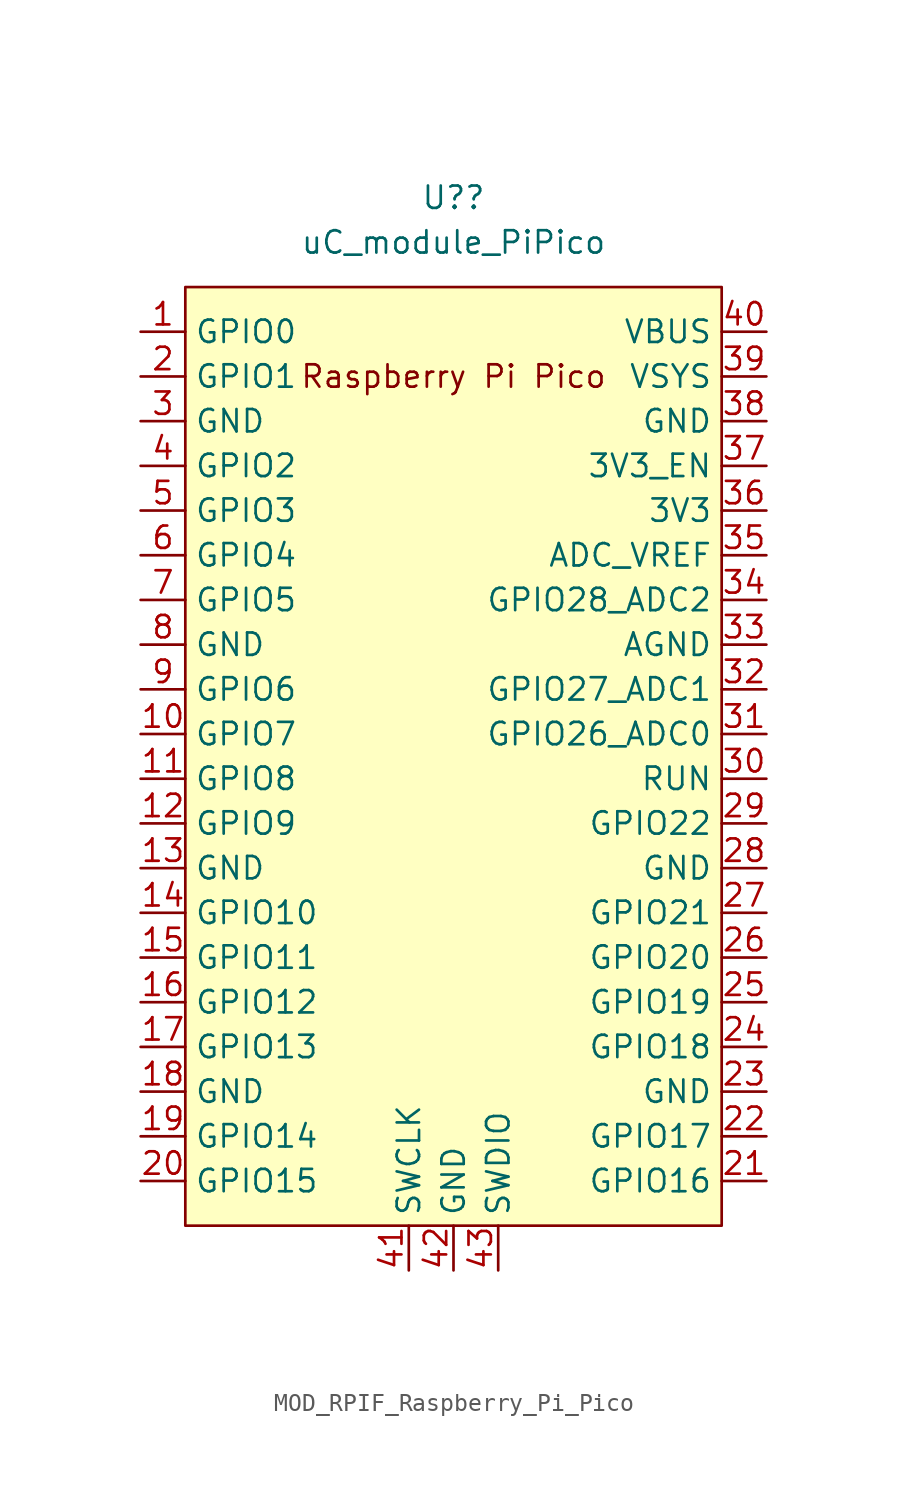
<source format=kicad_sym>
(kicad_symbol_lib
  (version 20231120)
  (generator "kicad_symbol_editor")
  (generator_version "8.0")
  (symbol "MOD_RPIF_Raspberry_Pi_Pico"
    (property "Reference" "U?"
      (at 0 31.75 0)
      (effects (font (size 1.27 1.27))))
    (property "Value" "uC_module_PiPico"
      (at 0 29.21 0)
      (effects (font (size 1.27 1.27))))
    (symbol "MOD_RPIF_Raspberry_Pi_Pico_0_0"
      (text "Raspberry Pi Pico" (at 0 21.59 0) (effects (font (size 1.27 1.27)))))
    (symbol "MOD_RPIF_Raspberry_Pi_Pico_0_1"
      (rectangle (start -15.24 26.67) (end 15.24 -26.67) (stroke (width 0) (type default)) (fill (type background))))
    (symbol "MOD_RPIF_Raspberry_Pi_Pico_1_1"
      (pin bidirectional line (at -17.78 24.13 0) (length 2.54) (name "GPIO0" (effects (font (size 1.27 1.27)))) (number "1" (effects (font (size 1.27 1.27)))))
      (pin bidirectional line (at -17.78 1.27 0) (length 2.54) (name "GPIO7" (effects (font (size 1.27 1.27)))) (number "10" (effects (font (size 1.27 1.27)))))
      (pin bidirectional line (at -17.78 -1.27 0) (length 2.54) (name "GPIO8" (effects (font (size 1.27 1.27)))) (number "11" (effects (font (size 1.27 1.27)))))
      (pin bidirectional line (at -17.78 -3.81 0) (length 2.54) (name "GPIO9" (effects (font (size 1.27 1.27)))) (number "12" (effects (font (size 1.27 1.27)))))
      (pin power_in line (at -17.78 -6.35 0) (length 2.54) (name "GND" (effects (font (size 1.27 1.27)))) (number "13" (effects (font (size 1.27 1.27)))))
      (pin bidirectional line (at -17.78 -8.89 0) (length 2.54) (name "GPIO10" (effects (font (size 1.27 1.27)))) (number "14" (effects (font (size 1.27 1.27)))))
      (pin bidirectional line (at -17.78 -11.43 0) (length 2.54) (name "GPIO11" (effects (font (size 1.27 1.27)))) (number "15" (effects (font (size 1.27 1.27)))))
      (pin bidirectional line (at -17.78 -13.97 0) (length 2.54) (name "GPIO12" (effects (font (size 1.27 1.27)))) (number "16" (effects (font (size 1.27 1.27)))))
      (pin bidirectional line (at -17.78 -16.51 0) (length 2.54) (name "GPIO13" (effects (font (size 1.27 1.27)))) (number "17" (effects (font (size 1.27 1.27)))))
      (pin power_in line (at -17.78 -19.05 0) (length 2.54) (name "GND" (effects (font (size 1.27 1.27)))) (number "18" (effects (font (size 1.27 1.27)))))
      (pin bidirectional line (at -17.78 -21.59 0) (length 2.54) (name "GPIO14" (effects (font (size 1.27 1.27)))) (number "19" (effects (font (size 1.27 1.27)))))
      (pin bidirectional line (at -17.78 21.59 0) (length 2.54) (name "GPIO1" (effects (font (size 1.27 1.27)))) (number "2" (effects (font (size 1.27 1.27)))))
      (pin bidirectional line (at -17.78 -24.13 0) (length 2.54) (name "GPIO15" (effects (font (size 1.27 1.27)))) (number "20" (effects (font (size 1.27 1.27)))))
      (pin bidirectional line (at 17.78 -24.13 180) (length 2.54) (name "GPIO16" (effects (font (size 1.27 1.27)))) (number "21" (effects (font (size 1.27 1.27)))))
      (pin bidirectional line (at 17.78 -21.59 180) (length 2.54) (name "GPIO17" (effects (font (size 1.27 1.27)))) (number "22" (effects (font (size 1.27 1.27)))))
      (pin power_in line (at 17.78 -19.05 180) (length 2.54) (name "GND" (effects (font (size 1.27 1.27)))) (number "23" (effects (font (size 1.27 1.27)))))
      (pin bidirectional line (at 17.78 -16.51 180) (length 2.54) (name "GPIO18" (effects (font (size 1.27 1.27)))) (number "24" (effects (font (size 1.27 1.27)))))
      (pin bidirectional line (at 17.78 -13.97 180) (length 2.54) (name "GPIO19" (effects (font (size 1.27 1.27)))) (number "25" (effects (font (size 1.27 1.27)))))
      (pin bidirectional line (at 17.78 -11.43 180) (length 2.54) (name "GPIO20" (effects (font (size 1.27 1.27)))) (number "26" (effects (font (size 1.27 1.27)))))
      (pin bidirectional line (at 17.78 -8.89 180) (length 2.54) (name "GPIO21" (effects (font (size 1.27 1.27)))) (number "27" (effects (font (size 1.27 1.27)))))
      (pin power_in line (at 17.78 -6.35 180) (length 2.54) (name "GND" (effects (font (size 1.27 1.27)))) (number "28" (effects (font (size 1.27 1.27)))))
      (pin bidirectional line (at 17.78 -3.81 180) (length 2.54) (name "GPIO22" (effects (font (size 1.27 1.27)))) (number "29" (effects (font (size 1.27 1.27)))))
      (pin power_in line (at -17.78 19.05 0) (length 2.54) (name "GND" (effects (font (size 1.27 1.27)))) (number "3" (effects (font (size 1.27 1.27)))))
      (pin input line (at 17.78 -1.27 180) (length 2.54) (name "RUN" (effects (font (size 1.27 1.27)))) (number "30" (effects (font (size 1.27 1.27)))))
      (pin bidirectional line (at 17.78 1.27 180) (length 2.54) (name "GPIO26_ADC0" (effects (font (size 1.27 1.27)))) (number "31" (effects (font (size 1.27 1.27)))))
      (pin bidirectional line (at 17.78 3.81 180) (length 2.54) (name "GPIO27_ADC1" (effects (font (size 1.27 1.27)))) (number "32" (effects (font (size 1.27 1.27)))))
      (pin power_in line (at 17.78 6.35 180) (length 2.54) (name "AGND" (effects (font (size 1.27 1.27)))) (number "33" (effects (font (size 1.27 1.27)))))
      (pin bidirectional line (at 17.78 8.89 180) (length 2.54) (name "GPIO28_ADC2" (effects (font (size 1.27 1.27)))) (number "34" (effects (font (size 1.27 1.27)))))
      (pin power_in line (at 17.78 11.43 180) (length 2.54) (name "ADC_VREF" (effects (font (size 1.27 1.27)))) (number "35" (effects (font (size 1.27 1.27)))))
      (pin power_in line (at 17.78 13.97 180) (length 2.54) (name "3V3" (effects (font (size 1.27 1.27)))) (number "36" (effects (font (size 1.27 1.27)))))
      (pin input line (at 17.78 16.51 180) (length 2.54) (name "3V3_EN" (effects (font (size 1.27 1.27)))) (number "37" (effects (font (size 1.27 1.27)))))
      (pin bidirectional line (at 17.78 19.05 180) (length 2.54) (name "GND" (effects (font (size 1.27 1.27)))) (number "38" (effects (font (size 1.27 1.27)))))
      (pin power_in line (at 17.78 21.59 180) (length 2.54) (name "VSYS" (effects (font (size 1.27 1.27)))) (number "39" (effects (font (size 1.27 1.27)))))
      (pin bidirectional line (at -17.78 16.51 0) (length 2.54) (name "GPIO2" (effects (font (size 1.27 1.27)))) (number "4" (effects (font (size 1.27 1.27)))))
      (pin power_in line (at 17.78 24.13 180) (length 2.54) (name "VBUS" (effects (font (size 1.27 1.27)))) (number "40" (effects (font (size 1.27 1.27)))))
      (pin input line (at -2.54 -29.21 90) (length 2.54) (name "SWCLK" (effects (font (size 1.27 1.27)))) (number "41" (effects (font (size 1.27 1.27)))))
      (pin power_in line (at 0 -29.21 90) (length 2.54) (name "GND" (effects (font (size 1.27 1.27)))) (number "42" (effects (font (size 1.27 1.27)))))
      (pin bidirectional line (at 2.54 -29.21 90) (length 2.54) (name "SWDIO" (effects (font (size 1.27 1.27)))) (number "43" (effects (font (size 1.27 1.27)))))
      (pin bidirectional line (at -17.78 13.97 0) (length 2.54) (name "GPIO3" (effects (font (size 1.27 1.27)))) (number "5" (effects (font (size 1.27 1.27)))))
      (pin bidirectional line (at -17.78 11.43 0) (length 2.54) (name "GPIO4" (effects (font (size 1.27 1.27)))) (number "6" (effects (font (size 1.27 1.27)))))
      (pin bidirectional line (at -17.78 8.89 0) (length 2.54) (name "GPIO5" (effects (font (size 1.27 1.27)))) (number "7" (effects (font (size 1.27 1.27)))))
      (pin power_in line (at -17.78 6.35 0) (length 2.54) (name "GND" (effects (font (size 1.27 1.27)))) (number "8" (effects (font (size 1.27 1.27)))))
      (pin bidirectional line (at -17.78 3.81 0) (length 2.54) (name "GPIO6" (effects (font (size 1.27 1.27)))) (number "9" (effects (font (size 1.27 1.27))))))))
</source>
